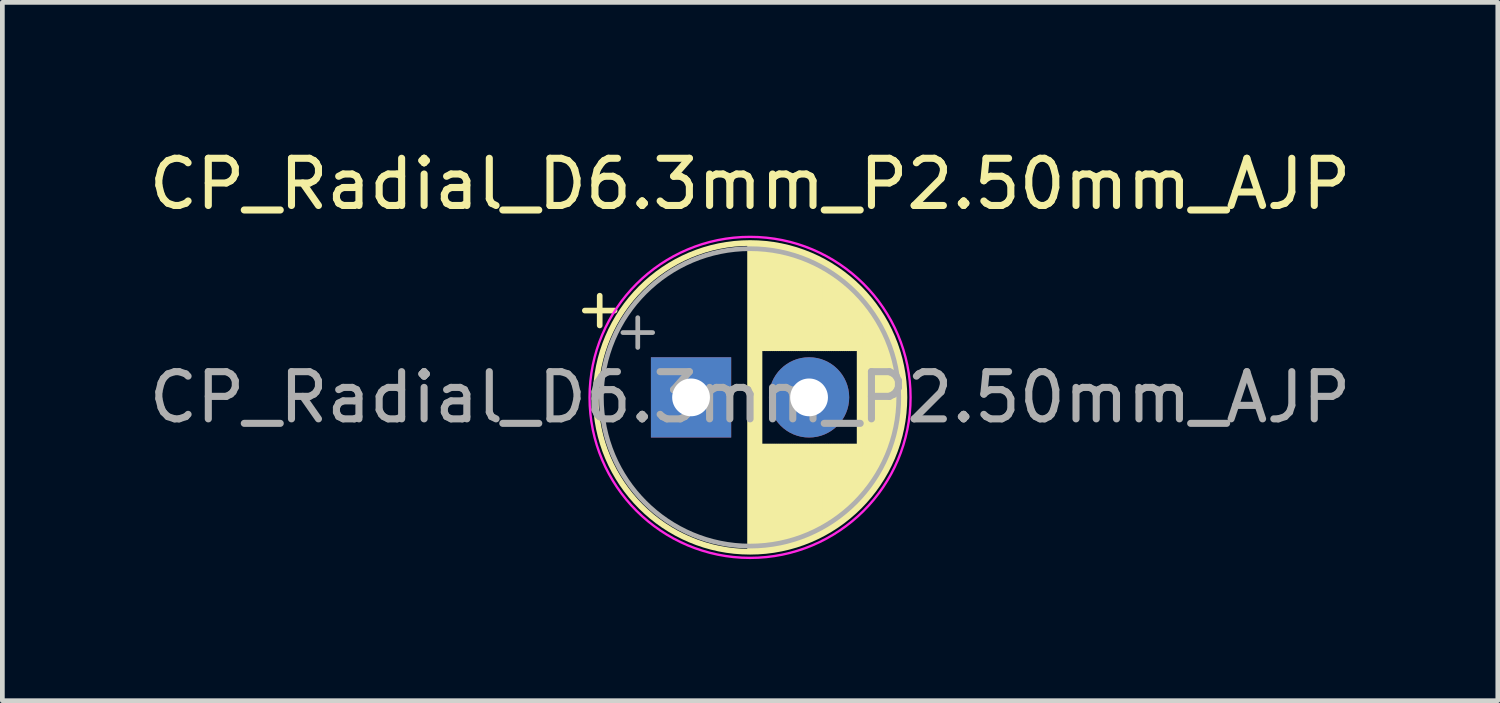
<source format=kicad_pcb>
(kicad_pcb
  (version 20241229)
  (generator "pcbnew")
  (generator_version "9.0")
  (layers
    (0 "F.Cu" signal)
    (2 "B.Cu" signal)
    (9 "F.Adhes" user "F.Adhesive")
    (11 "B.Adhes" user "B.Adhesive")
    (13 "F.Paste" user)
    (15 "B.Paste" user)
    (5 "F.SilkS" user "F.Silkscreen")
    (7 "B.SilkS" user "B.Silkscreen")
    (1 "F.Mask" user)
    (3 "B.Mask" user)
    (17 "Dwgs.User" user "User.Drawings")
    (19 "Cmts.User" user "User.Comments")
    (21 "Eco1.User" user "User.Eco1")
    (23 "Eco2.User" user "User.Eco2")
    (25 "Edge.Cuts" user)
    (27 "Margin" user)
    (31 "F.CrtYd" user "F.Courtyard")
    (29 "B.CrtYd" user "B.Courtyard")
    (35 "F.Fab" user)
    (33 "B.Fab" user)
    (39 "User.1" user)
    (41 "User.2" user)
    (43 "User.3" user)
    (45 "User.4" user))
  (footprint "CP_Radial_D6.3mm_P2.50mm_AJP"
    (layer "F.Cu")
    (at 11.589 5.368)
    (property "Reference" "CP_Radial_D6.3mm_P2.50mm_AJP" (at 1.25 -4.52 0) (layer "F.SilkS") (effects (font (size 1 1) (thickness 0.15))))
    (attr through_hole)
    (fp_line (start -2.25 -1.839) (end -1.62 -1.839) (stroke (width 0.12) (type solid)) (layer "F.SilkS"))
    (fp_line (start -1.935 -2.154) (end -1.935 -1.524) (stroke (width 0.12) (type solid)) (layer "F.SilkS"))
    (fp_line (start 1.25 -3.23) (end 1.25 3.23) (stroke (width 0.12) (type solid)) (layer "F.SilkS"))
    (fp_line (start 1.29 -3.23) (end 1.29 3.23) (stroke (width 0.12) (type solid)) (layer "F.SilkS"))
    (fp_line (start 1.33 -3.23) (end 1.33 3.23) (stroke (width 0.12) (type solid)) (layer "F.SilkS"))
    (fp_line (start 1.37 -3.228) (end 1.37 3.228) (stroke (width 0.12) (type solid)) (layer "F.SilkS"))
    (fp_line (start 1.41 -3.227) (end 1.41 3.227) (stroke (width 0.12) (type solid)) (layer "F.SilkS"))
    (fp_line (start 1.45 -3.224) (end 1.45 3.224) (stroke (width 0.12) (type solid)) (layer "F.SilkS"))
    (fp_line (start 1.49 -3.222) (end 1.49 -1.04) (stroke (width 0.12) (type solid)) (layer "F.SilkS"))
    (fp_line (start 1.49 1.04) (end 1.49 3.222) (stroke (width 0.12) (type solid)) (layer "F.SilkS"))
    (fp_line (start 1.53 -3.218) (end 1.53 -1.04) (stroke (width 0.12) (type solid)) (layer "F.SilkS"))
    (fp_line (start 1.53 1.04) (end 1.53 3.218) (stroke (width 0.12) (type solid)) (layer "F.SilkS"))
    (fp_line (start 1.57 -3.215) (end 1.57 -1.04) (stroke (width 0.12) (type solid)) (layer "F.SilkS"))
    (fp_line (start 1.57 1.04) (end 1.57 3.215) (stroke (width 0.12) (type solid)) (layer "F.SilkS"))
    (fp_line (start 1.61 -3.211) (end 1.61 -1.04) (stroke (width 0.12) (type solid)) (layer "F.SilkS"))
    (fp_line (start 1.61 1.04) (end 1.61 3.211) (stroke (width 0.12) (type solid)) (layer "F.SilkS"))
    (fp_line (start 1.65 -3.206) (end 1.65 -1.04) (stroke (width 0.12) (type solid)) (layer "F.SilkS"))
    (fp_line (start 1.65 1.04) (end 1.65 3.206) (stroke (width 0.12) (type solid)) (layer "F.SilkS"))
    (fp_line (start 1.69 -3.201) (end 1.69 -1.04) (stroke (width 0.12) (type solid)) (layer "F.SilkS"))
    (fp_line (start 1.69 1.04) (end 1.69 3.201) (stroke (width 0.12) (type solid)) (layer "F.SilkS"))
    (fp_line (start 1.73 -3.195) (end 1.73 -1.04) (stroke (width 0.12) (type solid)) (layer "F.SilkS"))
    (fp_line (start 1.73 1.04) (end 1.73 3.195) (stroke (width 0.12) (type solid)) (layer "F.SilkS"))
    (fp_line (start 1.77 -3.189) (end 1.77 -1.04) (stroke (width 0.12) (type solid)) (layer "F.SilkS"))
    (fp_line (start 1.77 1.04) (end 1.77 3.189) (stroke (width 0.12) (type solid)) (layer "F.SilkS"))
    (fp_line (start 1.81 -3.182) (end 1.81 -1.04) (stroke (width 0.12) (type solid)) (layer "F.SilkS"))
    (fp_line (start 1.81 1.04) (end 1.81 3.182) (stroke (width 0.12) (type solid)) (layer "F.SilkS"))
    (fp_line (start 1.85 -3.175) (end 1.85 -1.04) (stroke (width 0.12) (type solid)) (layer "F.SilkS"))
    (fp_line (start 1.85 1.04) (end 1.85 3.175) (stroke (width 0.12) (type solid)) (layer "F.SilkS"))
    (fp_line (start 1.89 -3.167) (end 1.89 -1.04) (stroke (width 0.12) (type solid)) (layer "F.SilkS"))
    (fp_line (start 1.89 1.04) (end 1.89 3.167) (stroke (width 0.12) (type solid)) (layer "F.SilkS"))
    (fp_line (start 1.93 -3.159) (end 1.93 -1.04) (stroke (width 0.12) (type solid)) (layer "F.SilkS"))
    (fp_line (start 1.93 1.04) (end 1.93 3.159) (stroke (width 0.12) (type solid)) (layer "F.SilkS"))
    (fp_line (start 1.971 -3.15) (end 1.971 -1.04) (stroke (width 0.12) (type solid)) (layer "F.SilkS"))
    (fp_line (start 1.971 1.04) (end 1.971 3.15) (stroke (width 0.12) (type solid)) (layer "F.SilkS"))
    (fp_line (start 2.011 -3.141) (end 2.011 -1.04) (stroke (width 0.12) (type solid)) (layer "F.SilkS"))
    (fp_line (start 2.011 1.04) (end 2.011 3.141) (stroke (width 0.12) (type solid)) (layer "F.SilkS"))
    (fp_line (start 2.051 -3.131) (end 2.051 -1.04) (stroke (width 0.12) (type solid)) (layer "F.SilkS"))
    (fp_line (start 2.051 1.04) (end 2.051 3.131) (stroke (width 0.12) (type solid)) (layer "F.SilkS"))
    (fp_line (start 2.091 -3.121) (end 2.091 -1.04) (stroke (width 0.12) (type solid)) (layer "F.SilkS"))
    (fp_line (start 2.091 1.04) (end 2.091 3.121) (stroke (width 0.12) (type solid)) (layer "F.SilkS"))
    (fp_line (start 2.131 -3.11) (end 2.131 -1.04) (stroke (width 0.12) (type solid)) (layer "F.SilkS"))
    (fp_line (start 2.131 1.04) (end 2.131 3.11) (stroke (width 0.12) (type solid)) (layer "F.SilkS"))
    (fp_line (start 2.171 -3.098) (end 2.171 -1.04) (stroke (width 0.12) (type solid)) (layer "F.SilkS"))
    (fp_line (start 2.171 1.04) (end 2.171 3.098) (stroke (width 0.12) (type solid)) (layer "F.SilkS"))
    (fp_line (start 2.211 -3.086) (end 2.211 -1.04) (stroke (width 0.12) (type solid)) (layer "F.SilkS"))
    (fp_line (start 2.211 1.04) (end 2.211 3.086) (stroke (width 0.12) (type solid)) (layer "F.SilkS"))
    (fp_line (start 2.251 -3.074) (end 2.251 -1.04) (stroke (width 0.12) (type solid)) (layer "F.SilkS"))
    (fp_line (start 2.251 1.04) (end 2.251 3.074) (stroke (width 0.12) (type solid)) (layer "F.SilkS"))
    (fp_line (start 2.291 -3.061) (end 2.291 -1.04) (stroke (width 0.12) (type solid)) (layer "F.SilkS"))
    (fp_line (start 2.291 1.04) (end 2.291 3.061) (stroke (width 0.12) (type solid)) (layer "F.SilkS"))
    (fp_line (start 2.331 -3.047) (end 2.331 -1.04) (stroke (width 0.12) (type solid)) (layer "F.SilkS"))
    (fp_line (start 2.331 1.04) (end 2.331 3.047) (stroke (width 0.12) (type solid)) (layer "F.SilkS"))
    (fp_line (start 2.371 -3.033) (end 2.371 -1.04) (stroke (width 0.12) (type solid)) (layer "F.SilkS"))
    (fp_line (start 2.371 1.04) (end 2.371 3.033) (stroke (width 0.12) (type solid)) (layer "F.SilkS"))
    (fp_line (start 2.411 -3.018) (end 2.411 -1.04) (stroke (width 0.12) (type solid)) (layer "F.SilkS"))
    (fp_line (start 2.411 1.04) (end 2.411 3.018) (stroke (width 0.12) (type solid)) (layer "F.SilkS"))
    (fp_line (start 2.451 -3.002) (end 2.451 -1.04) (stroke (width 0.12) (type solid)) (layer "F.SilkS"))
    (fp_line (start 2.451 1.04) (end 2.451 3.002) (stroke (width 0.12) (type solid)) (layer "F.SilkS"))
    (fp_line (start 2.491 -2.986) (end 2.491 -1.04) (stroke (width 0.12) (type solid)) (layer "F.SilkS"))
    (fp_line (start 2.491 1.04) (end 2.491 2.986) (stroke (width 0.12) (type solid)) (layer "F.SilkS"))
    (fp_line (start 2.531 -2.97) (end 2.531 -1.04) (stroke (width 0.12) (type solid)) (layer "F.SilkS"))
    (fp_line (start 2.531 1.04) (end 2.531 2.97) (stroke (width 0.12) (type solid)) (layer "F.SilkS"))
    (fp_line (start 2.571 -2.952) (end 2.571 -1.04) (stroke (width 0.12) (type solid)) (layer "F.SilkS"))
    (fp_line (start 2.571 1.04) (end 2.571 2.952) (stroke (width 0.12) (type solid)) (layer "F.SilkS"))
    (fp_line (start 2.611 -2.934) (end 2.611 -1.04) (stroke (width 0.12) (type solid)) (layer "F.SilkS"))
    (fp_line (start 2.611 1.04) (end 2.611 2.934) (stroke (width 0.12) (type solid)) (layer "F.SilkS"))
    (fp_line (start 2.651 -2.916) (end 2.651 -1.04) (stroke (width 0.12) (type solid)) (layer "F.SilkS"))
    (fp_line (start 2.651 1.04) (end 2.651 2.916) (stroke (width 0.12) (type solid)) (layer "F.SilkS"))
    (fp_line (start 2.691 -2.896) (end 2.691 -1.04) (stroke (width 0.12) (type solid)) (layer "F.SilkS"))
    (fp_line (start 2.691 1.04) (end 2.691 2.896) (stroke (width 0.12) (type solid)) (layer "F.SilkS"))
    (fp_line (start 2.731 -2.876) (end 2.731 -1.04) (stroke (width 0.12) (type solid)) (layer "F.SilkS"))
    (fp_line (start 2.731 1.04) (end 2.731 2.876) (stroke (width 0.12) (type solid)) (layer "F.SilkS"))
    (fp_line (start 2.771 -2.856) (end 2.771 -1.04) (stroke (width 0.12) (type solid)) (layer "F.SilkS"))
    (fp_line (start 2.771 1.04) (end 2.771 2.856) (stroke (width 0.12) (type solid)) (layer "F.SilkS"))
    (fp_line (start 2.811 -2.834) (end 2.811 -1.04) (stroke (width 0.12) (type solid)) (layer "F.SilkS"))
    (fp_line (start 2.811 1.04) (end 2.811 2.834) (stroke (width 0.12) (type solid)) (layer "F.SilkS"))
    (fp_line (start 2.851 -2.812) (end 2.851 -1.04) (stroke (width 0.12) (type solid)) (layer "F.SilkS"))
    (fp_line (start 2.851 1.04) (end 2.851 2.812) (stroke (width 0.12) (type solid)) (layer "F.SilkS"))
    (fp_line (start 2.891 -2.79) (end 2.891 -1.04) (stroke (width 0.12) (type solid)) (layer "F.SilkS"))
    (fp_line (start 2.891 1.04) (end 2.891 2.79) (stroke (width 0.12) (type solid)) (layer "F.SilkS"))
    (fp_line (start 2.931 -2.766) (end 2.931 -1.04) (stroke (width 0.12) (type solid)) (layer "F.SilkS"))
    (fp_line (start 2.931 1.04) (end 2.931 2.766) (stroke (width 0.12) (type solid)) (layer "F.SilkS"))
    (fp_line (start 2.971 -2.742) (end 2.971 -1.04) (stroke (width 0.12) (type solid)) (layer "F.SilkS"))
    (fp_line (start 2.971 1.04) (end 2.971 2.742) (stroke (width 0.12) (type solid)) (layer "F.SilkS"))
    (fp_line (start 3.011 -2.716) (end 3.011 -1.04) (stroke (width 0.12) (type solid)) (layer "F.SilkS"))
    (fp_line (start 3.011 1.04) (end 3.011 2.716) (stroke (width 0.12) (type solid)) (layer "F.SilkS"))
    (fp_line (start 3.051 -2.69) (end 3.051 -1.04) (stroke (width 0.12) (type solid)) (layer "F.SilkS"))
    (fp_line (start 3.051 1.04) (end 3.051 2.69) (stroke (width 0.12) (type solid)) (layer "F.SilkS"))
    (fp_line (start 3.091 -2.664) (end 3.091 -1.04) (stroke (width 0.12) (type solid)) (layer "F.SilkS"))
    (fp_line (start 3.091 1.04) (end 3.091 2.664) (stroke (width 0.12) (type solid)) (layer "F.SilkS"))
    (fp_line (start 3.131 -2.636) (end 3.131 -1.04) (stroke (width 0.12) (type solid)) (layer "F.SilkS"))
    (fp_line (start 3.131 1.04) (end 3.131 2.636) (stroke (width 0.12) (type solid)) (layer "F.SilkS"))
    (fp_line (start 3.171 -2.607) (end 3.171 -1.04) (stroke (width 0.12) (type solid)) (layer "F.SilkS"))
    (fp_line (start 3.171 1.04) (end 3.171 2.607) (stroke (width 0.12) (type solid)) (layer "F.SilkS"))
    (fp_line (start 3.211 -2.578) (end 3.211 -1.04) (stroke (width 0.12) (type solid)) (layer "F.SilkS"))
    (fp_line (start 3.211 1.04) (end 3.211 2.578) (stroke (width 0.12) (type solid)) (layer "F.SilkS"))
    (fp_line (start 3.251 -2.548) (end 3.251 -1.04) (stroke (width 0.12) (type solid)) (layer "F.SilkS"))
    (fp_line (start 3.251 1.04) (end 3.251 2.548) (stroke (width 0.12) (type solid)) (layer "F.SilkS"))
    (fp_line (start 3.291 -2.516) (end 3.291 -1.04) (stroke (width 0.12) (type solid)) (layer "F.SilkS"))
    (fp_line (start 3.291 1.04) (end 3.291 2.516) (stroke (width 0.12) (type solid)) (layer "F.SilkS"))
    (fp_line (start 3.331 -2.484) (end 3.331 -1.04) (stroke (width 0.12) (type solid)) (layer "F.SilkS"))
    (fp_line (start 3.331 1.04) (end 3.331 2.484) (stroke (width 0.12) (type solid)) (layer "F.SilkS"))
    (fp_line (start 3.371 -2.45) (end 3.371 -1.04) (stroke (width 0.12) (type solid)) (layer "F.SilkS"))
    (fp_line (start 3.371 1.04) (end 3.371 2.45) (stroke (width 0.12) (type solid)) (layer "F.SilkS"))
    (fp_line (start 3.411 -2.416) (end 3.411 -1.04) (stroke (width 0.12) (type solid)) (layer "F.SilkS"))
    (fp_line (start 3.411 1.04) (end 3.411 2.416) (stroke (width 0.12) (type solid)) (layer "F.SilkS"))
    (fp_line (start 3.451 -2.38) (end 3.451 -1.04) (stroke (width 0.12) (type solid)) (layer "F.SilkS"))
    (fp_line (start 3.451 1.04) (end 3.451 2.38) (stroke (width 0.12) (type solid)) (layer "F.SilkS"))
    (fp_line (start 3.491 -2.343) (end 3.491 -1.04) (stroke (width 0.12) (type solid)) (layer "F.SilkS"))
    (fp_line (start 3.491 1.04) (end 3.491 2.343) (stroke (width 0.12) (type solid)) (layer "F.SilkS"))
    (fp_line (start 3.531 -2.305) (end 3.531 -1.04) (stroke (width 0.12) (type solid)) (layer "F.SilkS"))
    (fp_line (start 3.531 1.04) (end 3.531 2.305) (stroke (width 0.12) (type solid)) (layer "F.SilkS"))
    (fp_line (start 3.571 -2.265) (end 3.571 2.265) (stroke (width 0.12) (type solid)) (layer "F.SilkS"))
    (fp_line (start 3.611 -2.224) (end 3.611 2.224) (stroke (width 0.12) (type solid)) (layer "F.SilkS"))
    (fp_line (start 3.651 -2.182) (end 3.651 2.182) (stroke (width 0.12) (type solid)) (layer "F.SilkS"))
    (fp_line (start 3.691 -2.137) (end 3.691 2.137) (stroke (width 0.12) (type solid)) (layer "F.SilkS"))
    (fp_line (start 3.731 -2.092) (end 3.731 2.092) (stroke (width 0.12) (type solid)) (layer "F.SilkS"))
    (fp_line (start 3.771 -2.044) (end 3.771 2.044) (stroke (width 0.12) (type solid)) (layer "F.SilkS"))
    (fp_line (start 3.811 -1.995) (end 3.811 1.995) (stroke (width 0.12) (type solid)) (layer "F.SilkS"))
    (fp_line (start 3.851 -1.944) (end 3.851 1.944) (stroke (width 0.12) (type solid)) (layer "F.SilkS"))
    (fp_line (start 3.891 -1.89) (end 3.891 1.89) (stroke (width 0.12) (type solid)) (layer "F.SilkS"))
    (fp_line (start 3.931 -1.834) (end 3.931 1.834) (stroke (width 0.12) (type solid)) (layer "F.SilkS"))
    (fp_line (start 3.971 -1.776) (end 3.971 1.776) (stroke (width 0.12) (type solid)) (layer "F.SilkS"))
    (fp_line (start 4.011 -1.714) (end 4.011 1.714) (stroke (width 0.12) (type solid)) (layer "F.SilkS"))
    (fp_line (start 4.051 -1.65) (end 4.051 1.65) (stroke (width 0.12) (type solid)) (layer "F.SilkS"))
    (fp_line (start 4.091 -1.581) (end 4.091 1.581) (stroke (width 0.12) (type solid)) (layer "F.SilkS"))
    (fp_line (start 4.131 -1.509) (end 4.131 1.509) (stroke (width 0.12) (type solid)) (layer "F.SilkS"))
    (fp_line (start 4.171 -1.432) (end 4.171 1.432) (stroke (width 0.12) (type solid)) (layer "F.SilkS"))
    (fp_line (start 4.211 -1.35) (end 4.211 1.35) (stroke (width 0.12) (type solid)) (layer "F.SilkS"))
    (fp_line (start 4.251 -1.262) (end 4.251 1.262) (stroke (width 0.12) (type solid)) (layer "F.SilkS"))
    (fp_line (start 4.291 -1.165) (end 4.291 1.165) (stroke (width 0.12) (type solid)) (layer "F.SilkS"))
    (fp_line (start 4.331 -1.059) (end 4.331 1.059) (stroke (width 0.12) (type solid)) (layer "F.SilkS"))
    (fp_line (start 4.371 -0.94) (end 4.371 0.94) (stroke (width 0.12) (type solid)) (layer "F.SilkS"))
    (fp_line (start 4.411 -0.802) (end 4.411 0.802) (stroke (width 0.12) (type solid)) (layer "F.SilkS"))
    (fp_line (start 4.451 -0.633) (end 4.451 0.633) (stroke (width 0.12) (type solid)) (layer "F.SilkS"))
    (fp_line (start 4.491 -0.402) (end 4.491 0.402) (stroke (width 0.12) (type solid)) (layer "F.SilkS"))
    (fp_circle (center 1.25 0) (end 4.52 0) (stroke (width 0.12) (type solid)) (fill no) (layer "F.SilkS"))
    (fp_circle (center 1.25 0) (end 4.65 0) (stroke (width 0.05) (type solid)) (fill no) (layer "F.CrtYd"))
    (fp_line (start -1.444 -1.373) (end -0.814 -1.373) (stroke (width 0.1) (type solid)) (layer "F.Fab"))
    (fp_line (start -1.129 -1.688) (end -1.129 -1.058) (stroke (width 0.1) (type solid)) (layer "F.Fab"))
    (fp_circle (center 1.25 0) (end 4.4 0) (stroke (width 0.1) (type solid)) (fill no) (layer "F.Fab"))
    (fp_text user "${REFERENCE}" (at 1.25 0 0) (layer "F.Fab") (effects (font (size 1 1) (thickness 0.15))))
    (pad "1" thru_hole rect (at 0 0) (size 1.7 1.7) (drill 0.8) (layers "*.Cu" "*.Mask"))
    (pad "2" thru_hole circle (at 2.5 0) (size 1.7 1.7) (drill 0.8) (layers "*.Cu" "*.Mask")))
  (gr_rect
    (start -3 -3)
    (end 28.679 11.793)
    (stroke (width 0.1) (type default))
    (fill no)
    (layer "Edge.Cuts")))
</source>
